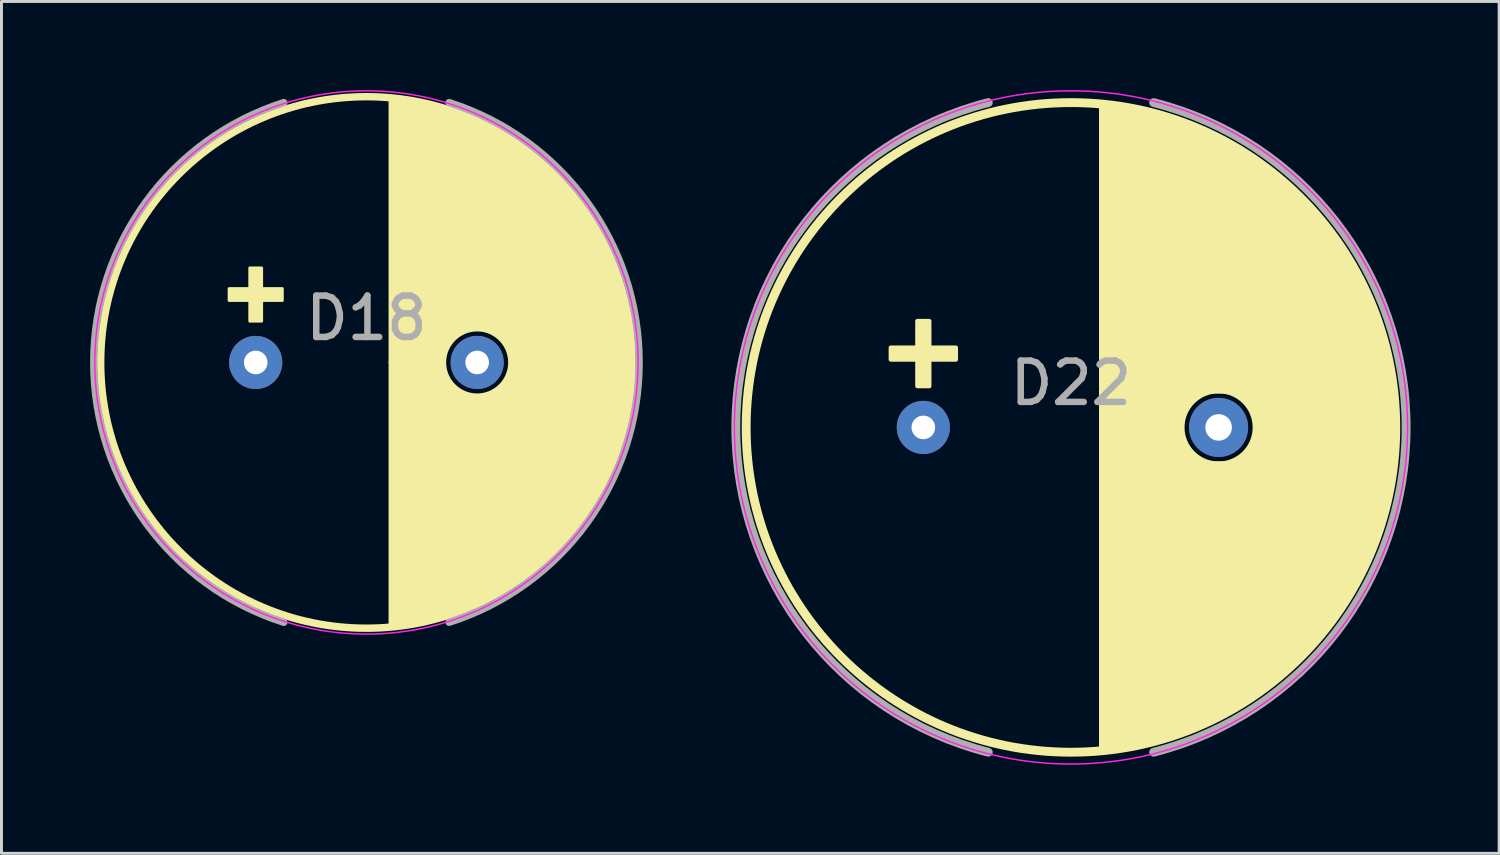
<source format=kicad_pcb>
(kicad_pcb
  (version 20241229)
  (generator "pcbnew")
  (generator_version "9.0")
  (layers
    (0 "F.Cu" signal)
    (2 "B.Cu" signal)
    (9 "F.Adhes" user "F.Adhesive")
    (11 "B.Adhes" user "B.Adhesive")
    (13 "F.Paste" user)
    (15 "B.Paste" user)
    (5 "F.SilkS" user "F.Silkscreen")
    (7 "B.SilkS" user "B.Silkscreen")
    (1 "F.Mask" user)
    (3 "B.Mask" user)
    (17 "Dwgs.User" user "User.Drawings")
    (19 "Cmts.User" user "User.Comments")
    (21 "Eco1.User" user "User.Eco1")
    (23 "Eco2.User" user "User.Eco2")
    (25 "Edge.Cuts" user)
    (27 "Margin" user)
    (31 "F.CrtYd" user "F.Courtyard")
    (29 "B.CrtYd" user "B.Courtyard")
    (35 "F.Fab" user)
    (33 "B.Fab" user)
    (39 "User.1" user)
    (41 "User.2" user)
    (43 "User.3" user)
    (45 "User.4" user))
  (footprint "D18"
    (layer "F.Cu")
    (at 9.36 9.225)
    (property "Reference" "D18" (at 0 -1.5 0) (layer "F.Fab") (effects (font (size 1.4 1.4) (thickness 0.22))))
    (attr through_hole)
    (fp_circle (center 0 0) (end 9 0) (stroke (width 0.25) (type solid)) (fill no) (layer "F.SilkS"))
    (fp_circle (center 3.75 0) (end 5.05 0) (stroke (width 0.5) (type solid)) (fill no) (layer "F.SilkS"))
    (fp_poly (pts (xy -3.55 -2.5) (xy -2.85 -2.5) (xy -2.85 -2.1) (xy -3.55 -2.1) (xy -3.55 -1.4) (xy -3.95 -1.4) (xy -3.95 -2.1) (xy -4.65 -2.1) (xy -4.65 -2.5) (xy -3.95 -2.5) (xy -3.95 -3.2) (xy -3.55 -3.2)) (stroke (width 0.1) (type solid)) (fill yes) (layer "F.SilkS"))
    (fp_poly (pts (xy 3.2 -1.2) (xy 4.4 -1.2) (xy 5.2 0) (xy 9 0) (xy 8.9 -1.6) (xy 8.1 -3.9) (xy 7.2 -5.4) (xy 5.4 -7.2) (xy 3.2 -8.4) (xy 0.8 -9) (xy 0.8 0) (xy 2.2 0)) (stroke (width 0.1) (type solid)) (fill yes) (layer "F.SilkS"))
    (fp_poly (pts (xy 3.2 1.2) (xy 4.4 1.2) (xy 5.2 0) (xy 9 0) (xy 8.9 1.5) (xy 8.3 3.5) (xy 7.2 5.4) (xy 5.4 7.2) (xy 3.2 8.4) (xy 0.8 9) (xy 0.8 0) (xy 2.2 0)) (stroke (width 0.1) (type solid)) (fill yes) (layer "F.SilkS"))
    (fp_circle (center 0 0) (end 9.2 0) (stroke (width 0.05) (type solid)) (fill no) (layer "F.CrtYd"))
    (fp_arc (start -2.799962 8.800012) (mid -9.234717 0.00002) (end -2.8 -8.8) (stroke (width 0.25) (type solid)) (layer "F.Fab"))
    (fp_arc (start 2.799962 -8.800012) (mid 9.234717 -0.00002) (end 2.8 8.8) (stroke (width 0.25) (type solid)) (layer "F.Fab"))
    (pad "1" thru_hole circle (at -3.75 0) (size 1.8 1.8) (drill 0.8) (layers "*.Cu" "*.Mask"))
    (pad "2" thru_hole circle (at 3.75 0) (size 1.8 1.8) (drill 0.8) (layers "*.Cu" "*.Mask")))
  (footprint "D22"
    (layer "F.Cu")
    (at 33.22 11.425)
    (property "Reference" "D22" (at 0 -1.5 0) (layer "F.Fab") (effects (font (size 1.4 1.4) (thickness 0.22))))
    (attr through_hole)
    (fp_circle (center 0 0) (end 11 0) (stroke (width 0.3) (type solid)) (fill no) (layer "F.SilkS"))
    (fp_circle (center 5 0) (end 6.4 -0.1) (stroke (width 0.5) (type solid)) (fill no) (layer "F.SilkS"))
    (fp_poly (pts (xy -4.8 -2.7) (xy -3.9 -2.7) (xy -3.9 -2.3) (xy -4.8 -2.3) (xy -4.8 -1.4) (xy -5.2 -1.4) (xy -5.2 -2.3) (xy -6.1 -2.3) (xy -6.1 -2.7) (xy -5.2 -2.7) (xy -5.2 -3.6) (xy -4.8 -3.6)) (stroke (width 0.15) (type solid)) (fill yes) (layer "F.SilkS"))
    (fp_poly (pts (xy 3 -10.6) (xy 5.4 -9.6) (xy 8.2 -7.4) (xy 9.8 -5) (xy 10.8 -2.2) (xy 11 0) (xy 6.404 0) (xy 5.8 -1.2) (xy 4.2 -1.2) (xy 3.6 0) (xy 1 0) (xy 1 -11)) (stroke (width 0.1) (type solid)) (fill yes) (layer "F.SilkS"))
    (fp_poly (pts (xy 3 10.6) (xy 5.4 9.6) (xy 8.2 7.4) (xy 9.8 5) (xy 10.8 2.2) (xy 11 0) (xy 6.404 0) (xy 5.8 1.2) (xy 4.2 1.2) (xy 3.6 0) (xy 1 0) (xy 1 11)) (stroke (width 0.1) (type solid)) (fill yes) (layer "F.SilkS"))
    (fp_circle (center 0 0) (end 11.4 0) (stroke (width 0.05) (type solid)) (fill no) (layer "F.CrtYd"))
    (fp_arc (start -2.8 11) (mid -11.350771 0) (end -2.8 -11) (stroke (width 0.3) (type solid)) (layer "F.Fab"))
    (fp_arc (start 2.8 -11) (mid 11.350771 0) (end 2.8 11) (stroke (width 0.3) (type solid)) (layer "F.Fab"))
    (pad "1" thru_hole circle (at -5 0) (size 1.8 1.8) (drill 0.8) (layers "*.Cu" "*.Mask"))
    (pad "2" thru_hole circle (at 5 0) (size 2 2) (drill 0.9) (layers "*.Cu" "*.Mask")))
  (gr_rect
    (start -3 -3)
    (end 47.721 25.85)
    (stroke (width 0.1) (type default))
    (fill no)
    (layer "Edge.Cuts")))
</source>
